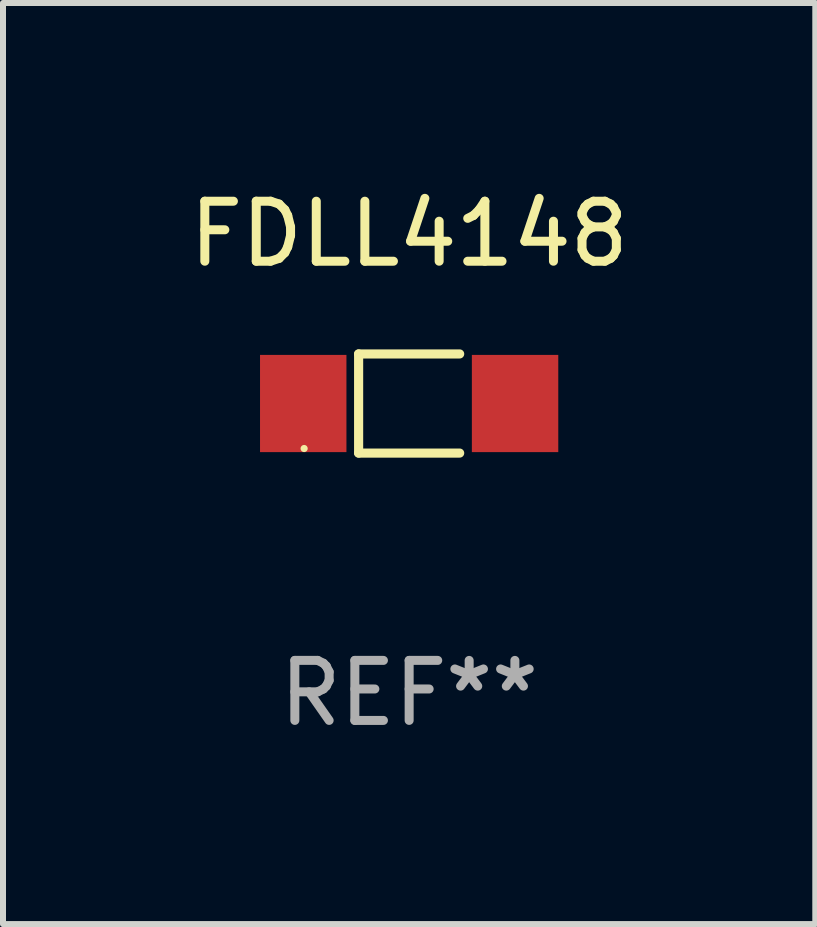
<source format=kicad_pcb>
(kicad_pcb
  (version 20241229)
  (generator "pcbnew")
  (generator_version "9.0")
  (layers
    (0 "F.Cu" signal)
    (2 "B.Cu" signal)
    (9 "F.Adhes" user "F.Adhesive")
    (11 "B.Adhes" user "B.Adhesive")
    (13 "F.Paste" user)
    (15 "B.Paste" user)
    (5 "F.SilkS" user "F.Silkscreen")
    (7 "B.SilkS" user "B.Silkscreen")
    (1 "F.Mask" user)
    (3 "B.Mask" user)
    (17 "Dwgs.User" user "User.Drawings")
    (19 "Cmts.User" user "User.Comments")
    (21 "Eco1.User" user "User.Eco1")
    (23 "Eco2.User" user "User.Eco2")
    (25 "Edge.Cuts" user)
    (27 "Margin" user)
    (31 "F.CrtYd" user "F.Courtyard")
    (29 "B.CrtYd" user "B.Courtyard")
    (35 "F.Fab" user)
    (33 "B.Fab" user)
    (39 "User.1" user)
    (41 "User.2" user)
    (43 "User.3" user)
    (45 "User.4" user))
  (footprint "FDLL4148"
    (layer "F.Cu")
    (at 3.768 3.674)
    (property "Reference" "FDLL4148" (at 0 -2.826 0) (layer "F.SilkS") (effects (font (size 1 1) (thickness 0.15))))
    (attr through_hole)
    (fp_line (start -0.842 -0.826) (end -0.842 0.826) (stroke (width 0.152) (type solid)) (layer "F.SilkS"))
    (fp_line (start -0.842 -0.826) (end 0.842 -0.826) (stroke (width 0.152) (type solid)) (layer "F.SilkS"))
    (fp_line (start -0.842 0.826) (end 0.842 0.826) (stroke (width 0.152) (type solid)) (layer "F.SilkS"))
    (fp_circle (center -1.75 0.75) (end -1.72 0.75) (stroke (width 0.06) (type solid)) (fill no) (layer "F.SilkS"))
    (fp_text user "REF**" (at 0 4.826 0) (layer "F.Fab") (effects (font (size 1 1) (thickness 0.15))))
    (pad "1" smd rect (at -1.765 0) (size 1.44 1.62) (layers "F.Cu" "F.Mask" "F.Paste"))
    (pad "2" smd rect (at 1.765 0) (size 1.44 1.62) (layers "F.Cu" "F.Mask" "F.Paste")))
  (gr_rect
    (start -3 -3)
    (end 10.536 12.349)
    (stroke (width 0.1) (type default))
    (fill no)
    (layer "Edge.Cuts")))
</source>
